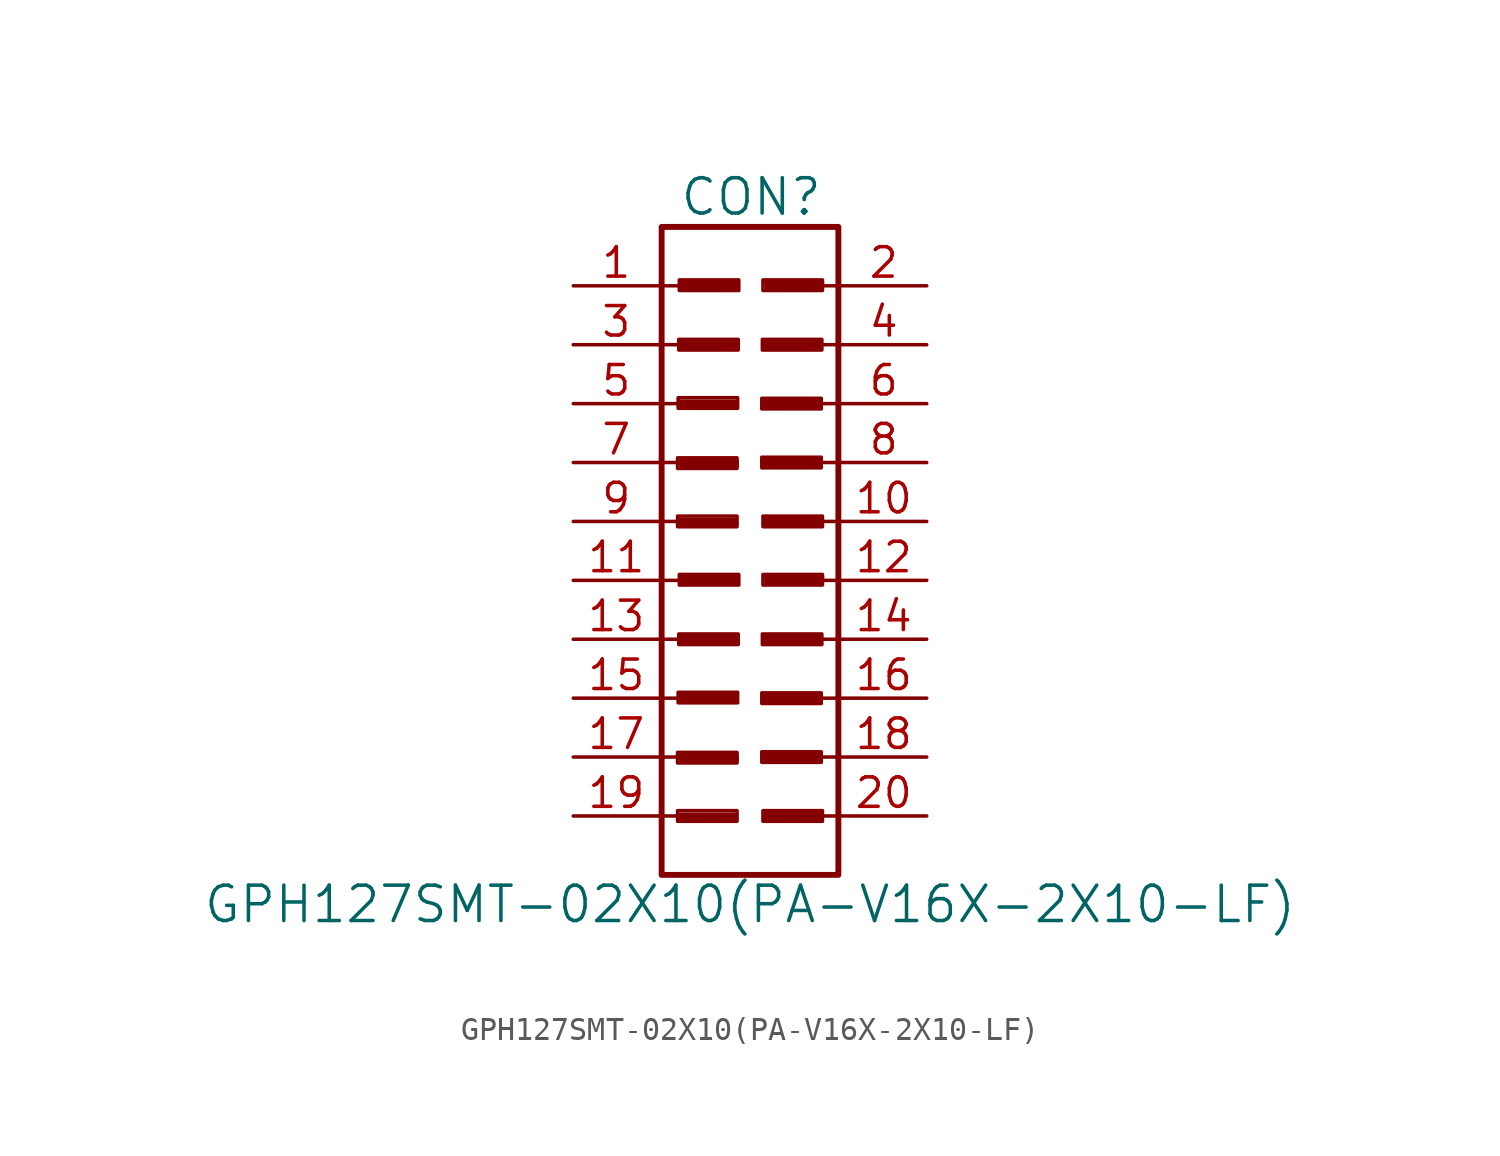
<source format=kicad_sym>
(kicad_symbol_lib
  (version 20211014)
  (generator kicad_symbol_editor)
  (symbol "GPH127SMT-02X10(PA-V16X-2X10-LF)"
    (pin_names
      (offset 1.016) hide)
    (property "Reference" "CON"
      (at 0.051 13.995 0)
      (effects (font (size 1.524 1.524))))
    (property "Value" "GPH127SMT-02X10(PA-V16X-2X10-LF)"
      (at 0 -16.51 0)
      (effects (font (size 1.524 1.524))))
    (property "Footprint" ""
      (at -0.203 3.886 0)
      (effects (font (size 1.524 1.524))))
    (property "Datasheet" ""
      (at -0.203 3.886 0)
      (effects (font (size 1.524 1.524))))
    (symbol "GPH127SMT-02X10(PA-V16X-2X10-LF)_0_0"
      (rectangle (start -3.124 -12.471) (end -0.559 -12.929) (stroke (width 0) (type default) (color 0 0 0 0)) (fill (type none)))
      (rectangle (start -3.124 -9.957) (end -0.559 -10.414) (stroke (width 0) (type default) (color 0 0 0 0)) (fill (type none)))
      (rectangle (start -3.124 0.229) (end -0.559 -0.229) (stroke (width 0) (type default) (color 0 0 0 0)) (fill (type none)))
      (rectangle (start -3.124 2.743) (end -0.559 2.286) (stroke (width 0) (type default) (color 0 0 0 0)) (fill (type none)))
      (rectangle (start -3.099 -7.366) (end -0.533 -7.823) (stroke (width 0) (type default) (color 0 0 0 0)) (fill (type none)))
      (rectangle (start -3.099 5.334) (end -0.533 4.877) (stroke (width 0) (type default) (color 0 0 0 0)) (fill (type none)))
      (rectangle (start -3.073 -4.851) (end -0.508 -5.309) (stroke (width 0) (type default) (color 0 0 0 0)) (fill (type none)))
      (rectangle (start -3.073 7.849) (end -0.508 7.391) (stroke (width 0) (type default) (color 0 0 0 0)) (fill (type none)))
      (rectangle (start -3.048 -2.286) (end -0.483 -2.743) (stroke (width 0) (type default) (color 0 0 0 0)) (fill (type none)))
      (rectangle (start -3.048 10.414) (end -0.483 9.957) (stroke (width 0) (type default) (color 0 0 0 0)) (fill (type none)))
      (polyline (pts (xy -3.023 -12.624) (xy -0.584 -12.624) (xy -0.584 -12.852) (xy -2.997 -12.878) (xy -3.023 -12.7) (xy -0.711 -12.7) (xy -0.711 -12.776) (xy -2.997 -12.725)) (stroke (width 0) (type default) (color 0 0 0 0)) (fill (type none)))
      (polyline (pts (xy -3.023 -7.518) (xy -0.584 -7.518) (xy -0.584 -7.747) (xy -2.997 -7.772) (xy -3.023 -7.595) (xy -0.711 -7.595) (xy -0.711 -7.671) (xy -2.997 -7.62)) (stroke (width 0) (type default) (color 0 0 0 0)) (fill (type none)))
      (polyline (pts (xy -3.023 0.076) (xy -0.584 0.076) (xy -0.584 -0.152) (xy -2.997 -0.178) (xy -3.023 0) (xy -0.711 0) (xy -0.711 -0.076) (xy -2.997 -0.025)) (stroke (width 0) (type default) (color 0 0 0 0)) (fill (type none)))
      (polyline (pts (xy -3.023 5.182) (xy -0.584 5.182) (xy -0.584 4.953) (xy -2.997 4.928) (xy -3.023 5.105) (xy -0.711 5.105) (xy -0.711 5.029) (xy -2.997 5.08)) (stroke (width 0) (type default) (color 0 0 0 0)) (fill (type none)))
      (polyline (pts (xy -2.997 -10.084) (xy -0.559 -10.084) (xy -0.559 -10.312) (xy -2.972 -10.338) (xy -2.997 -10.16) (xy -0.686 -10.16) (xy -0.686 -10.236) (xy -2.972 -10.185)) (stroke (width 0) (type default) (color 0 0 0 0)) (fill (type none)))
      (polyline (pts (xy -2.997 2.616) (xy -0.559 2.616) (xy -0.559 2.388) (xy -2.972 2.362) (xy -2.997 2.54) (xy -0.686 2.54) (xy -0.686 2.464) (xy -2.972 2.515)) (stroke (width 0) (type default) (color 0 0 0 0)) (fill (type none)))
      (polyline (pts (xy -2.972 -4.953) (xy -0.533 -4.953) (xy -0.533 -5.182) (xy -2.946 -5.207) (xy -2.972 -5.029) (xy -0.66 -5.029) (xy -0.66 -5.105) (xy -2.946 -5.055)) (stroke (width 0) (type default) (color 0 0 0 0)) (fill (type none)))
      (polyline (pts (xy -2.972 7.747) (xy -0.533 7.747) (xy -0.533 7.518) (xy -2.946 7.493) (xy -2.972 7.671) (xy -0.66 7.671) (xy -0.66 7.595) (xy -2.946 7.645)) (stroke (width 0) (type default) (color 0 0 0 0)) (fill (type none)))
      (polyline (pts (xy -2.946 -2.388) (xy -0.508 -2.388) (xy -0.508 -2.616) (xy -2.921 -2.642) (xy -2.946 -2.464) (xy -0.635 -2.464) (xy -0.635 -2.54) (xy -2.921 -2.489)) (stroke (width 0) (type default) (color 0 0 0 0)) (fill (type none)))
      (polyline (pts (xy -2.946 10.312) (xy -0.508 10.312) (xy -0.508 10.084) (xy -2.921 10.058) (xy -2.946 10.236) (xy -0.635 10.236) (xy -0.635 10.16) (xy -2.921 10.211)) (stroke (width 0) (type default) (color 0 0 0 0)) (fill (type none)))
      (polyline (pts (xy 0.559 -7.518) (xy 2.997 -7.518) (xy 2.997 -7.747) (xy 0.584 -7.772) (xy 0.559 -7.595) (xy 2.87 -7.595) (xy 2.87 -7.671) (xy 0.584 -7.62)) (stroke (width 0) (type default) (color 0 0 0 0)) (fill (type none)))
      (polyline (pts (xy 0.559 5.182) (xy 2.997 5.182) (xy 2.997 4.953) (xy 0.584 4.928) (xy 0.559 5.105) (xy 2.87 5.105) (xy 2.87 5.029) (xy 0.584 5.08)) (stroke (width 0) (type default) (color 0 0 0 0)) (fill (type none)))
      (polyline (pts (xy 0.584 -10.058) (xy 3.023 -10.058) (xy 3.023 -10.287) (xy 0.61 -10.312) (xy 0.584 -10.135) (xy 2.896 -10.135) (xy 2.896 -10.211) (xy 0.61 -10.16)) (stroke (width 0) (type default) (color 0 0 0 0)) (fill (type none)))
      (polyline (pts (xy 0.584 -4.953) (xy 3.023 -4.953) (xy 3.023 -5.182) (xy 0.61 -5.207) (xy 0.584 -5.029) (xy 2.896 -5.029) (xy 2.896 -5.105) (xy 0.61 -5.055)) (stroke (width 0) (type default) (color 0 0 0 0)) (fill (type none)))
      (polyline (pts (xy 0.584 2.642) (xy 3.023 2.642) (xy 3.023 2.413) (xy 0.61 2.388) (xy 0.584 2.565) (xy 2.896 2.565) (xy 2.896 2.489) (xy 0.61 2.54)) (stroke (width 0) (type default) (color 0 0 0 0)) (fill (type none)))
      (polyline (pts (xy 0.584 7.747) (xy 3.023 7.747) (xy 3.023 7.518) (xy 0.61 7.493) (xy 0.584 7.671) (xy 2.896 7.671) (xy 2.896 7.595) (xy 0.61 7.645)) (stroke (width 0) (type default) (color 0 0 0 0)) (fill (type none)))
      (polyline (pts (xy 0.635 -12.573) (xy 3.073 -12.573) (xy 3.073 -12.802) (xy 0.66 -12.827) (xy 0.635 -12.649) (xy 2.946 -12.649) (xy 2.946 -12.725) (xy 0.66 -12.675)) (stroke (width 0) (type default) (color 0 0 0 0)) (fill (type none)))
      (polyline (pts (xy 0.635 0.127) (xy 3.073 0.127) (xy 3.073 -0.102) (xy 0.66 -0.127) (xy 0.635 0.051) (xy 2.946 0.051) (xy 2.946 -0.025) (xy 0.66 0.025)) (stroke (width 0) (type default) (color 0 0 0 0)) (fill (type none)))
      (polyline (pts (xy 0.686 -2.388) (xy 3.124 -2.388) (xy 3.124 -2.616) (xy 0.711 -2.642) (xy 0.686 -2.464) (xy 2.997 -2.464) (xy 2.997 -2.54) (xy 0.711 -2.489)) (stroke (width 0) (type default) (color 0 0 0 0)) (fill (type none)))
      (polyline (pts (xy 0.686 10.312) (xy 3.124 10.312) (xy 3.124 10.084) (xy 0.711 10.058) (xy 0.686 10.236) (xy 2.997 10.236) (xy 2.997 10.16) (xy 0.711 10.211)) (stroke (width 0) (type default) (color 0 0 0 0)) (fill (type none)))
      (rectangle (start 0.508 -9.931) (end 3.073 -10.389) (stroke (width 0) (type default) (color 0 0 0 0)) (fill (type none)))
      (rectangle (start 0.508 -7.391) (end 3.073 -7.849) (stroke (width 0) (type default) (color 0 0 0 0)) (fill (type none)))
      (rectangle (start 0.508 2.769) (end 3.073 2.311) (stroke (width 0) (type default) (color 0 0 0 0)) (fill (type none)))
      (rectangle (start 0.508 5.309) (end 3.073 4.851) (stroke (width 0) (type default) (color 0 0 0 0)) (fill (type none)))
      (rectangle (start 0.533 -4.851) (end 3.099 -5.309) (stroke (width 0) (type default) (color 0 0 0 0)) (fill (type none)))
      (rectangle (start 0.533 7.849) (end 3.099 7.391) (stroke (width 0) (type default) (color 0 0 0 0)) (fill (type none)))
      (rectangle (start 0.559 -12.471) (end 3.124 -12.929) (stroke (width 0) (type default) (color 0 0 0 0)) (fill (type none)))
      (rectangle (start 0.559 -2.286) (end 3.124 -2.743) (stroke (width 0) (type default) (color 0 0 0 0)) (fill (type none)))
      (rectangle (start 0.559 0.229) (end 3.124 -0.229) (stroke (width 0) (type default) (color 0 0 0 0)) (fill (type none)))
      (rectangle (start 0.559 10.414) (end 3.124 9.957) (stroke (width 0) (type default) (color 0 0 0 0)) (fill (type none))))
    (symbol "GPH127SMT-02X10(PA-V16X-2X10-LF)_0_1"
      (rectangle (start -3.81 12.7) (end 3.81 -15.24) (stroke (width 0.254) (type default) (color 0 0 0 0)) (fill (type none)))
      (polyline (pts (xy -3.81 -12.7) (xy -3.048 -12.7)) (stroke (width 0) (type default) (color 0 0 0 0)) (fill (type none)))
      (polyline (pts (xy -3.81 -10.16) (xy -3.048 -10.16)) (stroke (width 0) (type default) (color 0 0 0 0)) (fill (type none)))
      (polyline (pts (xy -3.81 -7.62) (xy -3.048 -7.62)) (stroke (width 0) (type default) (color 0 0 0 0)) (fill (type none)))
      (polyline (pts (xy -3.81 -5.08) (xy -3.048 -5.08)) (stroke (width 0) (type default) (color 0 0 0 0)) (fill (type none)))
      (polyline (pts (xy -3.81 -2.54) (xy -3.048 -2.54)) (stroke (width 0) (type default) (color 0 0 0 0)) (fill (type none)))
      (polyline (pts (xy -3.81 0) (xy -3.048 0)) (stroke (width 0) (type default) (color 0 0 0 0)) (fill (type none)))
      (polyline (pts (xy -3.81 2.54) (xy -3.048 2.54)) (stroke (width 0) (type default) (color 0 0 0 0)) (fill (type none)))
      (polyline (pts (xy -3.81 5.08) (xy -3.048 5.08)) (stroke (width 0) (type default) (color 0 0 0 0)) (fill (type none)))
      (polyline (pts (xy -3.81 7.62) (xy -3.048 7.62)) (stroke (width 0) (type default) (color 0 0 0 0)) (fill (type none)))
      (polyline (pts (xy -3.81 10.16) (xy -3.048 10.16)) (stroke (width 0) (type default) (color 0 0 0 0)) (fill (type none)))
      (polyline (pts (xy 3.81 -12.7) (xy 3.048 -12.7)) (stroke (width 0) (type default) (color 0 0 0 0)) (fill (type none)))
      (polyline (pts (xy 3.81 -10.16) (xy 3.048 -10.16)) (stroke (width 0) (type default) (color 0 0 0 0)) (fill (type none)))
      (polyline (pts (xy 3.81 -7.62) (xy 3.048 -7.62)) (stroke (width 0) (type default) (color 0 0 0 0)) (fill (type none)))
      (polyline (pts (xy 3.81 -5.08) (xy 3.048 -5.08)) (stroke (width 0) (type default) (color 0 0 0 0)) (fill (type none)))
      (polyline (pts (xy 3.81 -2.54) (xy 3.048 -2.54)) (stroke (width 0) (type default) (color 0 0 0 0)) (fill (type none)))
      (polyline (pts (xy 3.81 0) (xy 3.048 0)) (stroke (width 0) (type default) (color 0 0 0 0)) (fill (type none)))
      (polyline (pts (xy 3.81 2.54) (xy 3.048 2.54)) (stroke (width 0) (type default) (color 0 0 0 0)) (fill (type none)))
      (polyline (pts (xy 3.81 5.08) (xy 3.048 5.08)) (stroke (width 0) (type default) (color 0 0 0 0)) (fill (type none)))
      (polyline (pts (xy 3.81 7.62) (xy 3.048 7.62)) (stroke (width 0) (type default) (color 0 0 0 0)) (fill (type none)))
      (polyline (pts (xy 3.81 10.16) (xy 3.048 10.16)) (stroke (width 0) (type default) (color 0 0 0 0)) (fill (type none))))
    (symbol "GPH127SMT-02X10(PA-V16X-2X10-LF)_1_1"
      (pin passive line (at -7.62 10.16 0) (length 3.708) (name "1" (effects (font (size 1.27 1.27)))) (number "1" (effects (font (size 1.27 1.27)))))
      (pin passive line (at 7.62 0 180) (length 3.708) (name "10" (effects (font (size 1.27 1.27)))) (number "10" (effects (font (size 1.27 1.27)))))
      (pin passive line (at -7.62 -2.54 0) (length 3.708) (name "11" (effects (font (size 1.27 1.27)))) (number "11" (effects (font (size 1.27 1.27)))))
      (pin passive line (at 7.62 -2.54 180) (length 3.708) (name "12" (effects (font (size 1.27 1.27)))) (number "12" (effects (font (size 1.27 1.27)))))
      (pin passive line (at -7.62 -5.08 0) (length 3.708) (name "13" (effects (font (size 1.27 1.27)))) (number "13" (effects (font (size 1.27 1.27)))))
      (pin passive line (at 7.62 -5.08 180) (length 3.708) (name "14" (effects (font (size 1.27 1.27)))) (number "14" (effects (font (size 1.27 1.27)))))
      (pin passive line (at -7.62 -7.62 0) (length 3.708) (name "15" (effects (font (size 1.27 1.27)))) (number "15" (effects (font (size 1.27 1.27)))))
      (pin passive line (at 7.62 -7.62 180) (length 3.708) (name "16" (effects (font (size 1.27 1.27)))) (number "16" (effects (font (size 1.27 1.27)))))
      (pin passive line (at -7.62 -10.16 0) (length 3.708) (name "17" (effects (font (size 1.27 1.27)))) (number "17" (effects (font (size 1.27 1.27)))))
      (pin passive line (at 7.62 -10.16 180) (length 3.708) (name "18" (effects (font (size 1.27 1.27)))) (number "18" (effects (font (size 1.27 1.27)))))
      (pin passive line (at -7.62 -12.7 0) (length 3.708) (name "19" (effects (font (size 1.27 1.27)))) (number "19" (effects (font (size 1.27 1.27)))))
      (pin passive line (at 7.62 10.16 180) (length 3.708) (name "2" (effects (font (size 1.27 1.27)))) (number "2" (effects (font (size 1.27 1.27)))))
      (pin passive line (at 7.62 -12.7 180) (length 3.708) (name "20" (effects (font (size 1.27 1.27)))) (number "20" (effects (font (size 1.27 1.27)))))
      (pin passive line (at -7.62 7.62 0) (length 3.708) (name "3" (effects (font (size 1.27 1.27)))) (number "3" (effects (font (size 1.27 1.27)))))
      (pin passive line (at 7.62 7.62 180) (length 3.708) (name "4" (effects (font (size 1.27 1.27)))) (number "4" (effects (font (size 1.27 1.27)))))
      (pin passive line (at -7.62 5.08 0) (length 3.708) (name "5" (effects (font (size 1.27 1.27)))) (number "5" (effects (font (size 1.27 1.27)))))
      (pin passive line (at 7.62 5.08 180) (length 3.708) (name "6" (effects (font (size 1.27 1.27)))) (number "6" (effects (font (size 1.27 1.27)))))
      (pin passive line (at -7.62 2.54 0) (length 3.708) (name "7" (effects (font (size 1.27 1.27)))) (number "7" (effects (font (size 1.27 1.27)))))
      (pin passive line (at 7.62 2.54 180) (length 3.708) (name "8" (effects (font (size 1.27 1.27)))) (number "8" (effects (font (size 1.27 1.27)))))
      (pin passive line (at -7.62 0 0) (length 3.708) (name "9" (effects (font (size 1.27 1.27)))) (number "9" (effects (font (size 1.27 1.27))))))))
</source>
